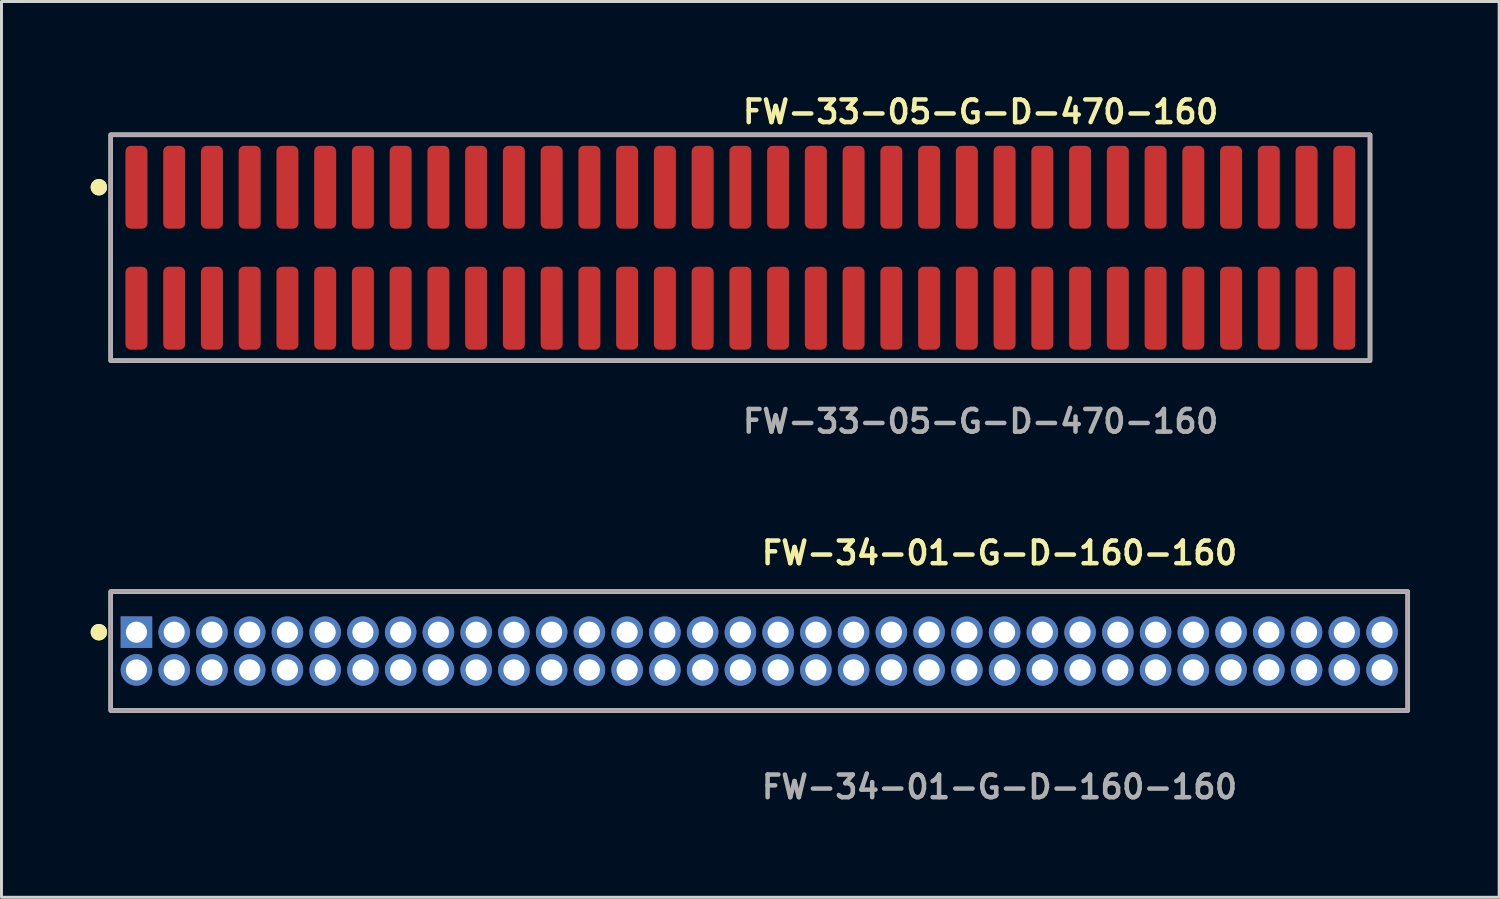
<source format=kicad_pcb>
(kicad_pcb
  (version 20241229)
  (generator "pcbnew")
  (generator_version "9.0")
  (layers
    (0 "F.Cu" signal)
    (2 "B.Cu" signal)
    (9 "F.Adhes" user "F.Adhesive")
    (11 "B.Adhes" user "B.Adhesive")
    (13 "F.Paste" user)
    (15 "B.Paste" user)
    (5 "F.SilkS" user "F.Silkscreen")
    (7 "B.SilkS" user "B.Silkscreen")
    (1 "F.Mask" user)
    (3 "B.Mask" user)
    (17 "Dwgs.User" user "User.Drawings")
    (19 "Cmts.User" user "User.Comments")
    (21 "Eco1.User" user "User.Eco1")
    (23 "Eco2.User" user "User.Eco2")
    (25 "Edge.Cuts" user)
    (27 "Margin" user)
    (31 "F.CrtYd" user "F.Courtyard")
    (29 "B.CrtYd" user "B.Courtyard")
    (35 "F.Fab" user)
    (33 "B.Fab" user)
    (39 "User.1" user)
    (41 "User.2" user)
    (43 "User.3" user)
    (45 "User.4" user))
  (footprint "FW-33-05-G-D-470-160"
    (layer "F.Cu")
    (at 21.861 5.285)
    (property "Reference" "FW-33-05-G-D-470-160" (at 0 -4.572 0) (unlocked yes) (layer "F.SilkS") (effects (font (size 0.762 0.762) (thickness 0.152)) (justify left)))
    (fp_rect (start -21.185 3.8) (end 21.185 -3.8) (stroke (width 0.152) (type solid)) (fill no) (layer "F.SilkS"))
    (fp_circle (center -21.585 -2.035) (end -21.785 -2.035) (stroke (width 0.152) (type solid)) (fill yes) (layer "F.SilkS"))
    (fp_circle (center -21.585 -2.035) (end -21.785 -2.035) (stroke (width 0.152) (type solid)) (fill yes) (layer "F.SilkS"))
    (fp_rect (start -21.185 3.8) (end 21.185 -3.8) (stroke (width 0.006) (type solid)) (fill no) (layer "F.CrtYd"))
    (fp_rect (start -21.185 3.8) (end 21.185 -3.8) (stroke (width 0.152) (type solid)) (fill no) (layer "F.Fab"))
    (fp_text user "${REFERENCE}" (at 0 5.842 0) (unlocked yes) (layer "F.Fab") (effects (font (size 0.762 0.762) (thickness 0.152)) (justify left)))
    (pad "1" smd roundrect (at -20.32 -2.035) (size 0.74 2.79) (layers "F.Cu" "F.Paste") (roundrect_rratio 0.25))
    (pad "2" smd roundrect (at -20.32 2.035) (size 0.74 2.79) (layers "F.Cu" "F.Paste") (roundrect_rratio 0.25))
    (pad "3" smd roundrect (at -19.05 -2.035) (size 0.74 2.79) (layers "F.Cu" "F.Paste") (roundrect_rratio 0.25))
    (pad "4" smd roundrect (at -19.05 2.035) (size 0.74 2.79) (layers "F.Cu" "F.Paste") (roundrect_rratio 0.25))
    (pad "5" smd roundrect (at -17.78 -2.035) (size 0.74 2.79) (layers "F.Cu" "F.Paste") (roundrect_rratio 0.25))
    (pad "6" smd roundrect (at -17.78 2.035) (size 0.74 2.79) (layers "F.Cu" "F.Paste") (roundrect_rratio 0.25))
    (pad "7" smd roundrect (at -16.51 -2.035) (size 0.74 2.79) (layers "F.Cu" "F.Paste") (roundrect_rratio 0.25))
    (pad "8" smd roundrect (at -16.51 2.035) (size 0.74 2.79) (layers "F.Cu" "F.Paste") (roundrect_rratio 0.25))
    (pad "9" smd roundrect (at -15.24 -2.035) (size 0.74 2.79) (layers "F.Cu" "F.Paste") (roundrect_rratio 0.25))
    (pad "10" smd roundrect (at -15.24 2.035) (size 0.74 2.79) (layers "F.Cu" "F.Paste") (roundrect_rratio 0.25))
    (pad "11" smd roundrect (at -13.97 -2.035) (size 0.74 2.79) (layers "F.Cu" "F.Paste") (roundrect_rratio 0.25))
    (pad "12" smd roundrect (at -13.97 2.035) (size 0.74 2.79) (layers "F.Cu" "F.Paste") (roundrect_rratio 0.25))
    (pad "13" smd roundrect (at -12.7 -2.035) (size 0.74 2.79) (layers "F.Cu" "F.Paste") (roundrect_rratio 0.25))
    (pad "14" smd roundrect (at -12.7 2.035) (size 0.74 2.79) (layers "F.Cu" "F.Paste") (roundrect_rratio 0.25))
    (pad "15" smd roundrect (at -11.43 -2.035) (size 0.74 2.79) (layers "F.Cu" "F.Paste") (roundrect_rratio 0.25))
    (pad "16" smd roundrect (at -11.43 2.035) (size 0.74 2.79) (layers "F.Cu" "F.Paste") (roundrect_rratio 0.25))
    (pad "17" smd roundrect (at -10.16 -2.035) (size 0.74 2.79) (layers "F.Cu" "F.Paste") (roundrect_rratio 0.25))
    (pad "18" smd roundrect (at -10.16 2.035) (size 0.74 2.79) (layers "F.Cu" "F.Paste") (roundrect_rratio 0.25))
    (pad "19" smd roundrect (at -8.89 -2.035) (size 0.74 2.79) (layers "F.Cu" "F.Paste") (roundrect_rratio 0.25))
    (pad "20" smd roundrect (at -8.89 2.035) (size 0.74 2.79) (layers "F.Cu" "F.Paste") (roundrect_rratio 0.25))
    (pad "21" smd roundrect (at -7.62 -2.035) (size 0.74 2.79) (layers "F.Cu" "F.Paste") (roundrect_rratio 0.25))
    (pad "22" smd roundrect (at -7.62 2.035) (size 0.74 2.79) (layers "F.Cu" "F.Paste") (roundrect_rratio 0.25))
    (pad "23" smd roundrect (at -6.35 -2.035) (size 0.74 2.79) (layers "F.Cu" "F.Paste") (roundrect_rratio 0.25))
    (pad "24" smd roundrect (at -6.35 2.035) (size 0.74 2.79) (layers "F.Cu" "F.Paste") (roundrect_rratio 0.25))
    (pad "25" smd roundrect (at -5.08 -2.035) (size 0.74 2.79) (layers "F.Cu" "F.Paste") (roundrect_rratio 0.25))
    (pad "26" smd roundrect (at -5.08 2.035) (size 0.74 2.79) (layers "F.Cu" "F.Paste") (roundrect_rratio 0.25))
    (pad "27" smd roundrect (at -3.81 -2.035) (size 0.74 2.79) (layers "F.Cu" "F.Paste") (roundrect_rratio 0.25))
    (pad "28" smd roundrect (at -3.81 2.035) (size 0.74 2.79) (layers "F.Cu" "F.Paste") (roundrect_rratio 0.25))
    (pad "29" smd roundrect (at -2.54 -2.035) (size 0.74 2.79) (layers "F.Cu" "F.Paste") (roundrect_rratio 0.25))
    (pad "30" smd roundrect (at -2.54 2.035) (size 0.74 2.79) (layers "F.Cu" "F.Paste") (roundrect_rratio 0.25))
    (pad "31" smd roundrect (at -1.27 -2.035) (size 0.74 2.79) (layers "F.Cu" "F.Paste") (roundrect_rratio 0.25))
    (pad "32" smd roundrect (at -1.27 2.035) (size 0.74 2.79) (layers "F.Cu" "F.Paste") (roundrect_rratio 0.25))
    (pad "33" smd roundrect (at 0 -2.035) (size 0.74 2.79) (layers "F.Cu" "F.Paste") (roundrect_rratio 0.25))
    (pad "34" smd roundrect (at 0 2.035) (size 0.74 2.79) (layers "F.Cu" "F.Paste") (roundrect_rratio 0.25))
    (pad "35" smd roundrect (at 1.27 -2.035) (size 0.74 2.79) (layers "F.Cu" "F.Paste") (roundrect_rratio 0.25))
    (pad "36" smd roundrect (at 1.27 2.035) (size 0.74 2.79) (layers "F.Cu" "F.Paste") (roundrect_rratio 0.25))
    (pad "37" smd roundrect (at 2.54 -2.035) (size 0.74 2.79) (layers "F.Cu" "F.Paste") (roundrect_rratio 0.25))
    (pad "38" smd roundrect (at 2.54 2.035) (size 0.74 2.79) (layers "F.Cu" "F.Paste") (roundrect_rratio 0.25))
    (pad "39" smd roundrect (at 3.81 -2.035) (size 0.74 2.79) (layers "F.Cu" "F.Paste") (roundrect_rratio 0.25))
    (pad "40" smd roundrect (at 3.81 2.035) (size 0.74 2.79) (layers "F.Cu" "F.Paste") (roundrect_rratio 0.25))
    (pad "41" smd roundrect (at 5.08 -2.035) (size 0.74 2.79) (layers "F.Cu" "F.Paste") (roundrect_rratio 0.25))
    (pad "42" smd roundrect (at 5.08 2.035) (size 0.74 2.79) (layers "F.Cu" "F.Paste") (roundrect_rratio 0.25))
    (pad "43" smd roundrect (at 6.35 -2.035) (size 0.74 2.79) (layers "F.Cu" "F.Paste") (roundrect_rratio 0.25))
    (pad "44" smd roundrect (at 6.35 2.035) (size 0.74 2.79) (layers "F.Cu" "F.Paste") (roundrect_rratio 0.25))
    (pad "45" smd roundrect (at 7.62 -2.035) (size 0.74 2.79) (layers "F.Cu" "F.Paste") (roundrect_rratio 0.25))
    (pad "46" smd roundrect (at 7.62 2.035) (size 0.74 2.79) (layers "F.Cu" "F.Paste") (roundrect_rratio 0.25))
    (pad "47" smd roundrect (at 8.89 -2.035) (size 0.74 2.79) (layers "F.Cu" "F.Paste") (roundrect_rratio 0.25))
    (pad "48" smd roundrect (at 8.89 2.035) (size 0.74 2.79) (layers "F.Cu" "F.Paste") (roundrect_rratio 0.25))
    (pad "49" smd roundrect (at 10.16 -2.035) (size 0.74 2.79) (layers "F.Cu" "F.Paste") (roundrect_rratio 0.25))
    (pad "50" smd roundrect (at 10.16 2.035) (size 0.74 2.79) (layers "F.Cu" "F.Paste") (roundrect_rratio 0.25))
    (pad "51" smd roundrect (at 11.43 -2.035) (size 0.74 2.79) (layers "F.Cu" "F.Paste") (roundrect_rratio 0.25))
    (pad "52" smd roundrect (at 11.43 2.035) (size 0.74 2.79) (layers "F.Cu" "F.Paste") (roundrect_rratio 0.25))
    (pad "53" smd roundrect (at 12.7 -2.035) (size 0.74 2.79) (layers "F.Cu" "F.Paste") (roundrect_rratio 0.25))
    (pad "54" smd roundrect (at 12.7 2.035) (size 0.74 2.79) (layers "F.Cu" "F.Paste") (roundrect_rratio 0.25))
    (pad "55" smd roundrect (at 13.97 -2.035) (size 0.74 2.79) (layers "F.Cu" "F.Paste") (roundrect_rratio 0.25))
    (pad "56" smd roundrect (at 13.97 2.035) (size 0.74 2.79) (layers "F.Cu" "F.Paste") (roundrect_rratio 0.25))
    (pad "57" smd roundrect (at 15.24 -2.035) (size 0.74 2.79) (layers "F.Cu" "F.Paste") (roundrect_rratio 0.25))
    (pad "58" smd roundrect (at 15.24 2.035) (size 0.74 2.79) (layers "F.Cu" "F.Paste") (roundrect_rratio 0.25))
    (pad "59" smd roundrect (at 16.51 -2.035) (size 0.74 2.79) (layers "F.Cu" "F.Paste") (roundrect_rratio 0.25))
    (pad "60" smd roundrect (at 16.51 2.035) (size 0.74 2.79) (layers "F.Cu" "F.Paste") (roundrect_rratio 0.25))
    (pad "61" smd roundrect (at 17.78 -2.035) (size 0.74 2.79) (layers "F.Cu" "F.Paste") (roundrect_rratio 0.25))
    (pad "62" smd roundrect (at 17.78 2.035) (size 0.74 2.79) (layers "F.Cu" "F.Paste") (roundrect_rratio 0.25))
    (pad "63" smd roundrect (at 19.05 -2.035) (size 0.74 2.79) (layers "F.Cu" "F.Paste") (roundrect_rratio 0.25))
    (pad "64" smd roundrect (at 19.05 2.035) (size 0.74 2.79) (layers "F.Cu" "F.Paste") (roundrect_rratio 0.25))
    (pad "65" smd roundrect (at 20.32 -2.035) (size 0.74 2.79) (layers "F.Cu" "F.Paste") (roundrect_rratio 0.25))
    (pad "66" smd roundrect (at 20.32 2.035) (size 0.74 2.79) (layers "F.Cu" "F.Paste") (roundrect_rratio 0.25)))
  (footprint "FW-34-01-G-D-160-160"
    (layer "F.Cu")
    (at 22.496 18.856)
    (property "Reference" "FW-34-01-G-D-160-160" (at 0 -3.302 0) (unlocked yes) (layer "F.SilkS") (effects (font (size 0.762 0.762) (thickness 0.152)) (justify left)))
    (fp_rect (start -21.82 2) (end 21.82 -2) (stroke (width 0.152) (type solid)) (fill no) (layer "F.SilkS"))
    (fp_circle (center -22.22 -0.635) (end -22.42 -0.635) (stroke (width 0.152) (type solid)) (fill yes) (layer "F.SilkS"))
    (fp_circle (center -22.22 -0.635) (end -22.42 -0.635) (stroke (width 0.152) (type solid)) (fill yes) (layer "F.SilkS"))
    (fp_rect (start -21.82 2) (end 21.82 -2) (stroke (width 0.006) (type solid)) (fill no) (layer "F.CrtYd"))
    (fp_rect (start -21.82 2) (end 21.82 -2) (stroke (width 0.152) (type solid)) (fill no) (layer "F.Fab"))
    (fp_text user "${REFERENCE}" (at 0 4.572 0) (unlocked yes) (layer "F.Fab") (effects (font (size 0.762 0.762) (thickness 0.152)) (justify left)))
    (pad "1" thru_hole rect (at -20.955 -0.635) (size 1.06 1.06) (drill 0.71) (layers "*.Cu" "*.Mask"))
    (pad "2" thru_hole circle (at -20.955 0.635) (size 1.06 1.06) (drill 0.71) (layers "*.Cu" "*.Mask"))
    (pad "3" thru_hole circle (at -19.685 -0.635) (size 1.06 1.06) (drill 0.71) (layers "*.Cu" "*.Mask"))
    (pad "4" thru_hole circle (at -19.685 0.635) (size 1.06 1.06) (drill 0.71) (layers "*.Cu" "*.Mask"))
    (pad "5" thru_hole circle (at -18.415 -0.635) (size 1.06 1.06) (drill 0.71) (layers "*.Cu" "*.Mask"))
    (pad "6" thru_hole circle (at -18.415 0.635) (size 1.06 1.06) (drill 0.71) (layers "*.Cu" "*.Mask"))
    (pad "7" thru_hole circle (at -17.145 -0.635) (size 1.06 1.06) (drill 0.71) (layers "*.Cu" "*.Mask"))
    (pad "8" thru_hole circle (at -17.145 0.635) (size 1.06 1.06) (drill 0.71) (layers "*.Cu" "*.Mask"))
    (pad "9" thru_hole circle (at -15.875 -0.635) (size 1.06 1.06) (drill 0.71) (layers "*.Cu" "*.Mask"))
    (pad "10" thru_hole circle (at -15.875 0.635) (size 1.06 1.06) (drill 0.71) (layers "*.Cu" "*.Mask"))
    (pad "11" thru_hole circle (at -14.605 -0.635) (size 1.06 1.06) (drill 0.71) (layers "*.Cu" "*.Mask"))
    (pad "12" thru_hole circle (at -14.605 0.635) (size 1.06 1.06) (drill 0.71) (layers "*.Cu" "*.Mask"))
    (pad "13" thru_hole circle (at -13.335 -0.635) (size 1.06 1.06) (drill 0.71) (layers "*.Cu" "*.Mask"))
    (pad "14" thru_hole circle (at -13.335 0.635) (size 1.06 1.06) (drill 0.71) (layers "*.Cu" "*.Mask"))
    (pad "15" thru_hole circle (at -12.065 -0.635) (size 1.06 1.06) (drill 0.71) (layers "*.Cu" "*.Mask"))
    (pad "16" thru_hole circle (at -12.065 0.635) (size 1.06 1.06) (drill 0.71) (layers "*.Cu" "*.Mask"))
    (pad "17" thru_hole circle (at -10.795 -0.635) (size 1.06 1.06) (drill 0.71) (layers "*.Cu" "*.Mask"))
    (pad "18" thru_hole circle (at -10.795 0.635) (size 1.06 1.06) (drill 0.71) (layers "*.Cu" "*.Mask"))
    (pad "19" thru_hole circle (at -9.525 -0.635) (size 1.06 1.06) (drill 0.71) (layers "*.Cu" "*.Mask"))
    (pad "20" thru_hole circle (at -9.525 0.635) (size 1.06 1.06) (drill 0.71) (layers "*.Cu" "*.Mask"))
    (pad "21" thru_hole circle (at -8.255 -0.635) (size 1.06 1.06) (drill 0.71) (layers "*.Cu" "*.Mask"))
    (pad "22" thru_hole circle (at -8.255 0.635) (size 1.06 1.06) (drill 0.71) (layers "*.Cu" "*.Mask"))
    (pad "23" thru_hole circle (at -6.985 -0.635) (size 1.06 1.06) (drill 0.71) (layers "*.Cu" "*.Mask"))
    (pad "24" thru_hole circle (at -6.985 0.635) (size 1.06 1.06) (drill 0.71) (layers "*.Cu" "*.Mask"))
    (pad "25" thru_hole circle (at -5.715 -0.635) (size 1.06 1.06) (drill 0.71) (layers "*.Cu" "*.Mask"))
    (pad "26" thru_hole circle (at -5.715 0.635) (size 1.06 1.06) (drill 0.71) (layers "*.Cu" "*.Mask"))
    (pad "27" thru_hole circle (at -4.445 -0.635) (size 1.06 1.06) (drill 0.71) (layers "*.Cu" "*.Mask"))
    (pad "28" thru_hole circle (at -4.445 0.635) (size 1.06 1.06) (drill 0.71) (layers "*.Cu" "*.Mask"))
    (pad "29" thru_hole circle (at -3.175 -0.635) (size 1.06 1.06) (drill 0.71) (layers "*.Cu" "*.Mask"))
    (pad "30" thru_hole circle (at -3.175 0.635) (size 1.06 1.06) (drill 0.71) (layers "*.Cu" "*.Mask"))
    (pad "31" thru_hole circle (at -1.905 -0.635) (size 1.06 1.06) (drill 0.71) (layers "*.Cu" "*.Mask"))
    (pad "32" thru_hole circle (at -1.905 0.635) (size 1.06 1.06) (drill 0.71) (layers "*.Cu" "*.Mask"))
    (pad "33" thru_hole circle (at -0.635 -0.635) (size 1.06 1.06) (drill 0.71) (layers "*.Cu" "*.Mask"))
    (pad "34" thru_hole circle (at -0.635 0.635) (size 1.06 1.06) (drill 0.71) (layers "*.Cu" "*.Mask"))
    (pad "35" thru_hole circle (at 0.635 -0.635) (size 1.06 1.06) (drill 0.71) (layers "*.Cu" "*.Mask"))
    (pad "36" thru_hole circle (at 0.635 0.635) (size 1.06 1.06) (drill 0.71) (layers "*.Cu" "*.Mask"))
    (pad "37" thru_hole circle (at 1.905 -0.635) (size 1.06 1.06) (drill 0.71) (layers "*.Cu" "*.Mask"))
    (pad "38" thru_hole circle (at 1.905 0.635) (size 1.06 1.06) (drill 0.71) (layers "*.Cu" "*.Mask"))
    (pad "39" thru_hole circle (at 3.175 -0.635) (size 1.06 1.06) (drill 0.71) (layers "*.Cu" "*.Mask"))
    (pad "40" thru_hole circle (at 3.175 0.635) (size 1.06 1.06) (drill 0.71) (layers "*.Cu" "*.Mask"))
    (pad "41" thru_hole circle (at 4.445 -0.635) (size 1.06 1.06) (drill 0.71) (layers "*.Cu" "*.Mask"))
    (pad "42" thru_hole circle (at 4.445 0.635) (size 1.06 1.06) (drill 0.71) (layers "*.Cu" "*.Mask"))
    (pad "43" thru_hole circle (at 5.715 -0.635) (size 1.06 1.06) (drill 0.71) (layers "*.Cu" "*.Mask"))
    (pad "44" thru_hole circle (at 5.715 0.635) (size 1.06 1.06) (drill 0.71) (layers "*.Cu" "*.Mask"))
    (pad "45" thru_hole circle (at 6.985 -0.635) (size 1.06 1.06) (drill 0.71) (layers "*.Cu" "*.Mask"))
    (pad "46" thru_hole circle (at 6.985 0.635) (size 1.06 1.06) (drill 0.71) (layers "*.Cu" "*.Mask"))
    (pad "47" thru_hole circle (at 8.255 -0.635) (size 1.06 1.06) (drill 0.71) (layers "*.Cu" "*.Mask"))
    (pad "48" thru_hole circle (at 8.255 0.635) (size 1.06 1.06) (drill 0.71) (layers "*.Cu" "*.Mask"))
    (pad "49" thru_hole circle (at 9.525 -0.635) (size 1.06 1.06) (drill 0.71) (layers "*.Cu" "*.Mask"))
    (pad "50" thru_hole circle (at 9.525 0.635) (size 1.06 1.06) (drill 0.71) (layers "*.Cu" "*.Mask"))
    (pad "51" thru_hole circle (at 10.795 -0.635) (size 1.06 1.06) (drill 0.71) (layers "*.Cu" "*.Mask"))
    (pad "52" thru_hole circle (at 10.795 0.635) (size 1.06 1.06) (drill 0.71) (layers "*.Cu" "*.Mask"))
    (pad "53" thru_hole circle (at 12.065 -0.635) (size 1.06 1.06) (drill 0.71) (layers "*.Cu" "*.Mask"))
    (pad "54" thru_hole circle (at 12.065 0.635) (size 1.06 1.06) (drill 0.71) (layers "*.Cu" "*.Mask"))
    (pad "55" thru_hole circle (at 13.335 -0.635) (size 1.06 1.06) (drill 0.71) (layers "*.Cu" "*.Mask"))
    (pad "56" thru_hole circle (at 13.335 0.635) (size 1.06 1.06) (drill 0.71) (layers "*.Cu" "*.Mask"))
    (pad "57" thru_hole circle (at 14.605 -0.635) (size 1.06 1.06) (drill 0.71) (layers "*.Cu" "*.Mask"))
    (pad "58" thru_hole circle (at 14.605 0.635) (size 1.06 1.06) (drill 0.71) (layers "*.Cu" "*.Mask"))
    (pad "59" thru_hole circle (at 15.875 -0.635) (size 1.06 1.06) (drill 0.71) (layers "*.Cu" "*.Mask"))
    (pad "60" thru_hole circle (at 15.875 0.635) (size 1.06 1.06) (drill 0.71) (layers "*.Cu" "*.Mask"))
    (pad "61" thru_hole circle (at 17.145 -0.635) (size 1.06 1.06) (drill 0.71) (layers "*.Cu" "*.Mask"))
    (pad "62" thru_hole circle (at 17.145 0.635) (size 1.06 1.06) (drill 0.71) (layers "*.Cu" "*.Mask"))
    (pad "63" thru_hole circle (at 18.415 -0.635) (size 1.06 1.06) (drill 0.71) (layers "*.Cu" "*.Mask"))
    (pad "64" thru_hole circle (at 18.415 0.635) (size 1.06 1.06) (drill 0.71) (layers "*.Cu" "*.Mask"))
    (pad "65" thru_hole circle (at 19.685 -0.635) (size 1.06 1.06) (drill 0.71) (layers "*.Cu" "*.Mask"))
    (pad "66" thru_hole circle (at 19.685 0.635) (size 1.06 1.06) (drill 0.71) (layers "*.Cu" "*.Mask"))
    (pad "67" thru_hole circle (at 20.955 -0.635) (size 1.06 1.06) (drill 0.71) (layers "*.Cu" "*.Mask"))
    (pad "68" thru_hole circle (at 20.955 0.635) (size 1.06 1.06) (drill 0.71) (layers "*.Cu" "*.Mask")))
  (gr_rect
    (start -3 -3)
    (end 47.392 27.141)
    (stroke (width 0.1) (type default))
    (fill no)
    (layer "Edge.Cuts")))
</source>
